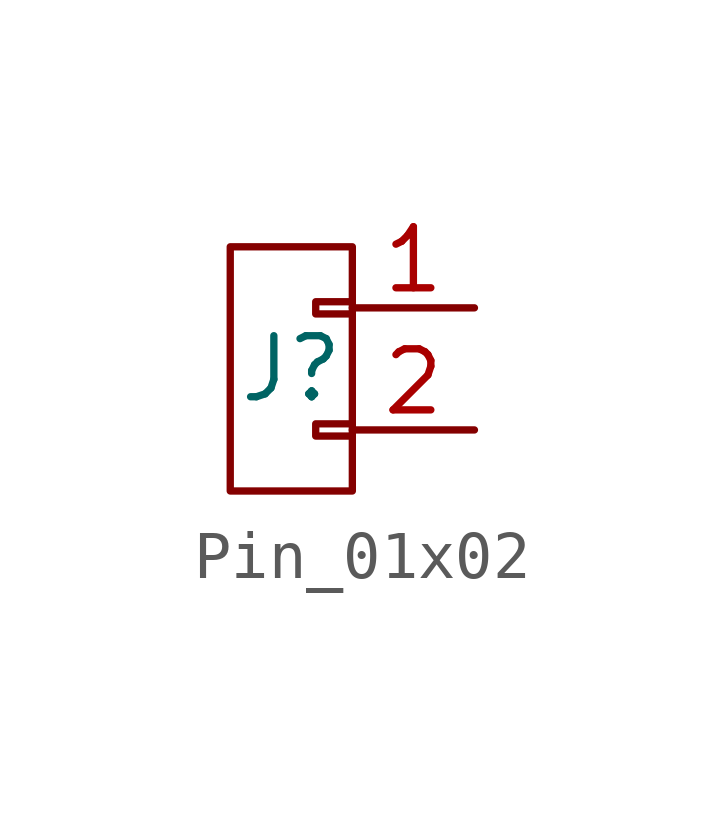
<source format=kicad_sym>
(kicad_symbol_lib
  (version 20241209)
  (generator "kicad_symbol_editor")
  (generator_version "9.0")
  (symbol "Pin_01x02"
    (property "Reference" "J"
      (at 0 0 0)
      (effects (font (size 1.27 1.27))))
    (symbol "Pin_01x02_0_1"
      (rectangle (start -1.27 2.54) (end 1.27 -2.54) (stroke (width 0) (type default)) (fill (type none)))
      (polyline (pts (xy 1.27 1.397) (xy 0.508 1.397) (xy 0.508 1.143) (xy 1.27 1.143)) (stroke (width 0) (type default)) (fill (type none)))
      (polyline (pts (xy 1.27 -1.143) (xy 0.508 -1.143) (xy 0.508 -1.397) (xy 1.27 -1.397)) (stroke (width 0) (type default)) (fill (type none))))
    (symbol "Pin_01x02_1_1"
      (pin passive line (at 3.81 1.27 180) (length 2.54) (name "~" (effects (font (size 1.27 1.27)))) (number "1" (effects (font (size 1.27 1.27)))))
      (pin passive line (at 3.81 -1.27 180) (length 2.54) (name "~" (effects (font (size 1.27 1.27)))) (number "2" (effects (font (size 1.27 1.27))))))))
</source>
